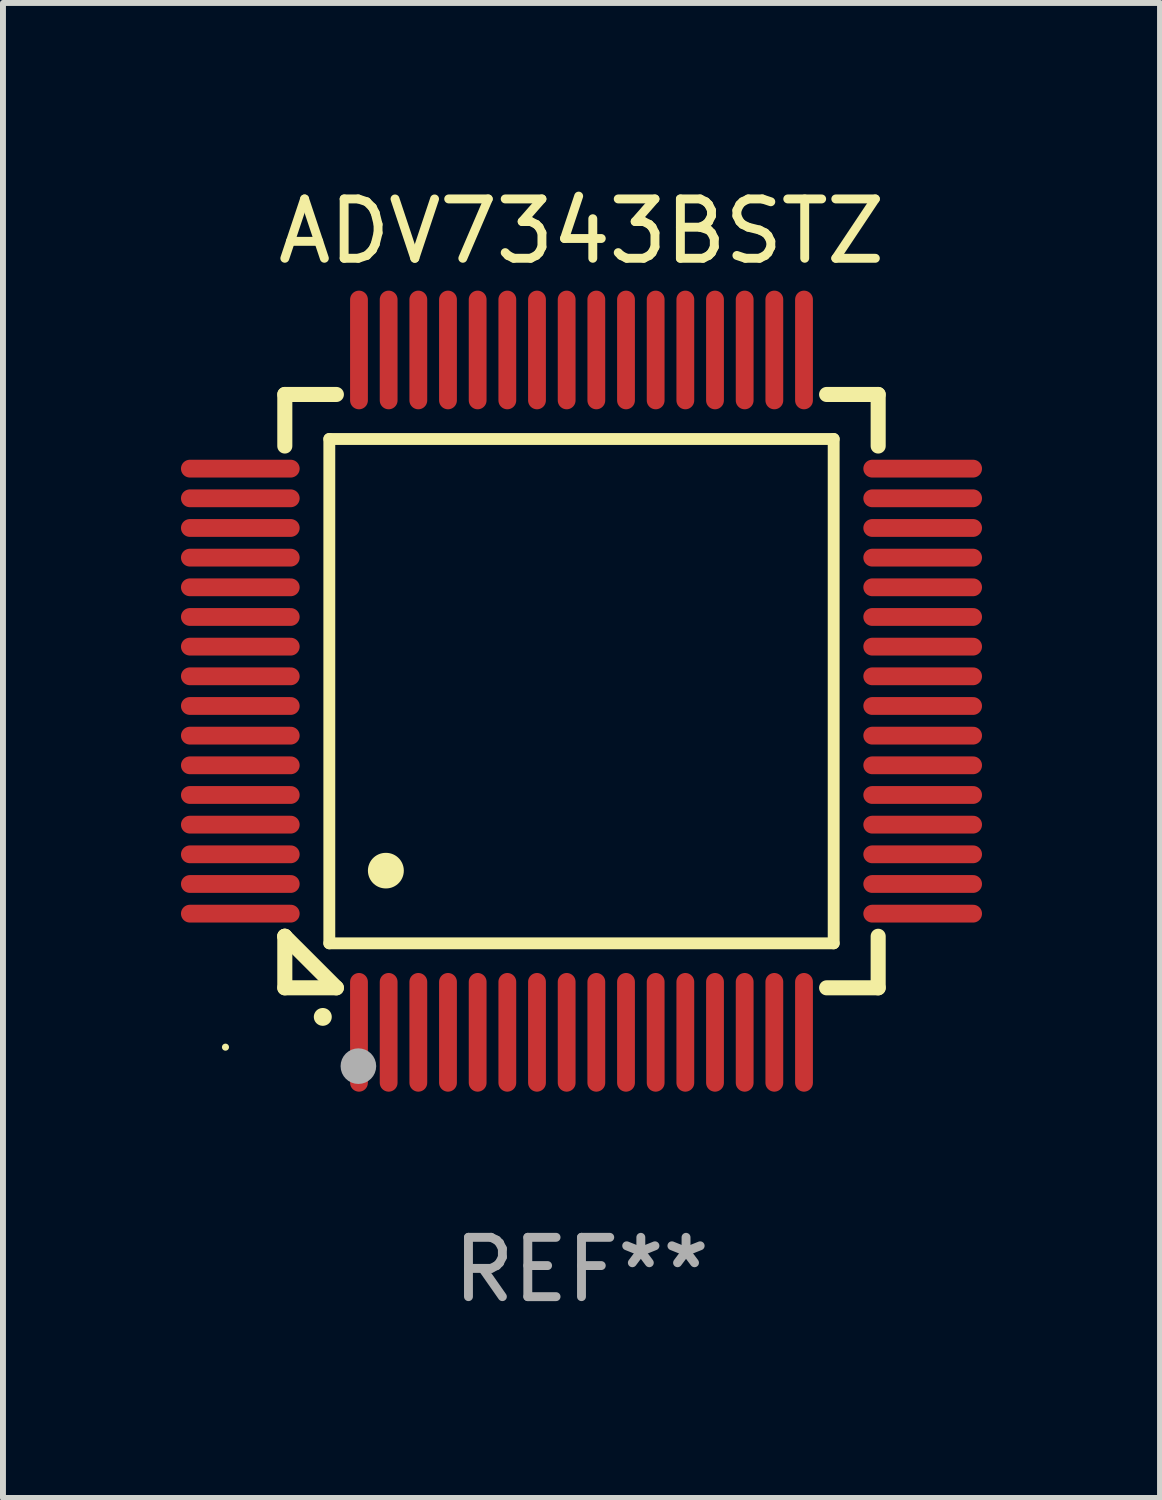
<source format=kicad_pcb>
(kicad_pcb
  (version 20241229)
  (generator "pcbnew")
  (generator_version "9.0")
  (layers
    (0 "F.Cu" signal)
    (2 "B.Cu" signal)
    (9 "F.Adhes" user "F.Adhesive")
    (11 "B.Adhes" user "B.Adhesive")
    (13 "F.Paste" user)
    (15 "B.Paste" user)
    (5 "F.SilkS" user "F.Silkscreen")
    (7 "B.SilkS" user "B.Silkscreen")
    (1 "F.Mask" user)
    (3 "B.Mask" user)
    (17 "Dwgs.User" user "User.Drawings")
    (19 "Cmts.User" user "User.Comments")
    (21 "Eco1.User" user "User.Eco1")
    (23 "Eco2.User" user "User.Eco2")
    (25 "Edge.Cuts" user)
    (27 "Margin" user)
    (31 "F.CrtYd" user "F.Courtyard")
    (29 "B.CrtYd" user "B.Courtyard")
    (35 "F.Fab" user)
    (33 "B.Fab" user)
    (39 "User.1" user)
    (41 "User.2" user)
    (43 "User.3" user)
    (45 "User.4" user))
  (footprint "ADV7343BSTZ"
    (layer "F.Cu")
    (at 6.75 8.598)
    (property "Reference" "ADV7343BSTZ" (at 0 -7.75 0) (layer "F.SilkS") (effects (font (size 1 1) (thickness 0.15))))
    (attr through_hole)
    (fp_line (start -5 -5) (end -4.131 -5) (stroke (width 0.254) (type solid)) (layer "F.SilkS"))
    (fp_line (start -5 -4.131) (end -5 -5) (stroke (width 0.254) (type solid)) (layer "F.SilkS"))
    (fp_line (start -5 4.131) (end -5 4.131) (stroke (width 0.254) (type solid)) (layer "F.SilkS"))
    (fp_line (start -5 5) (end -5 4.131) (stroke (width 0.254) (type solid)) (layer "F.SilkS"))
    (fp_line (start -5 4.131) (end -4.131 5) (stroke (width 0.254) (type solid)) (layer "F.SilkS"))
    (fp_line (start -4.25 -4.25) (end -4.25 4.25) (stroke (width 0.2) (type solid)) (layer "F.SilkS"))
    (fp_line (start -4.25 4.25) (end 4.25 4.25) (stroke (width 0.2) (type solid)) (layer "F.SilkS"))
    (fp_line (start -4.131 5) (end -5 5) (stroke (width 0.254) (type solid)) (layer "F.SilkS"))
    (fp_line (start 4.25 -4.25) (end -4.25 -4.25) (stroke (width 0.2) (type solid)) (layer "F.SilkS"))
    (fp_line (start 4.25 4.25) (end 4.25 -4.25) (stroke (width 0.2) (type solid)) (layer "F.SilkS"))
    (fp_line (start 5 -5) (end 4.131 -5) (stroke (width 0.254) (type solid)) (layer "F.SilkS"))
    (fp_line (start 5 -5) (end 5 -4.131) (stroke (width 0.254) (type solid)) (layer "F.SilkS"))
    (fp_line (start 5 4.131) (end 5 5) (stroke (width 0.254) (type solid)) (layer "F.SilkS"))
    (fp_line (start 5 5) (end 4.131 5) (stroke (width 0.254) (type solid)) (layer "F.SilkS"))
    (fp_arc (start -4.361265 5.489992) (mid -4.359995 5.489987) (end -4.358725 5.489992) (stroke (width 0.3) (type solid)) (layer "F.SilkS"))
    (fp_arc (start -3.299467 3.025146) (mid -3.296927 3.025135) (end -3.294387 3.025146) (stroke (width 0.6) (type solid)) (layer "F.SilkS"))
    (fp_circle (center -6 6) (end -5.97 6) (stroke (width 0.06) (type solid)) (fill no) (layer "F.SilkS"))
    (fp_circle (center -3.76 6.32) (end -3.61 6.32) (stroke (width 0.3) (type solid)) (fill no) (layer "F.Fab"))
    (fp_text user "REF**" (at 0 9.75 0) (layer "F.Fab") (effects (font (size 1 1) (thickness 0.15))))
    (pad "1" smd oval (at -3.75 5.75) (size 0.3 2) (layers "F.Cu" "F.Mask" "F.Paste"))
    (pad "2" smd oval (at -3.25 5.75) (size 0.3 2) (layers "F.Cu" "F.Mask" "F.Paste"))
    (pad "3" smd oval (at -2.75 5.75) (size 0.3 2) (layers "F.Cu" "F.Mask" "F.Paste"))
    (pad "4" smd oval (at -2.25 5.75) (size 0.3 2) (layers "F.Cu" "F.Mask" "F.Paste"))
    (pad "5" smd oval (at -1.75 5.75) (size 0.3 2) (layers "F.Cu" "F.Mask" "F.Paste"))
    (pad "6" smd oval (at -1.25 5.75) (size 0.3 2) (layers "F.Cu" "F.Mask" "F.Paste"))
    (pad "7" smd oval (at -0.75 5.75) (size 0.3 2) (layers "F.Cu" "F.Mask" "F.Paste"))
    (pad "8" smd oval (at -0.25 5.75) (size 0.3 2) (layers "F.Cu" "F.Mask" "F.Paste"))
    (pad "9" smd oval (at 0.25 5.75) (size 0.3 2) (layers "F.Cu" "F.Mask" "F.Paste"))
    (pad "10" smd oval (at 0.75 5.75) (size 0.3 2) (layers "F.Cu" "F.Mask" "F.Paste"))
    (pad "11" smd oval (at 1.25 5.75) (size 0.3 2) (layers "F.Cu" "F.Mask" "F.Paste"))
    (pad "12" smd oval (at 1.75 5.75) (size 0.3 2) (layers "F.Cu" "F.Mask" "F.Paste"))
    (pad "13" smd oval (at 2.25 5.75) (size 0.3 2) (layers "F.Cu" "F.Mask" "F.Paste"))
    (pad "14" smd oval (at 2.75 5.75) (size 0.3 2) (layers "F.Cu" "F.Mask" "F.Paste"))
    (pad "15" smd oval (at 3.25 5.75) (size 0.3 2) (layers "F.Cu" "F.Mask" "F.Paste"))
    (pad "16" smd oval (at 3.75 5.75) (size 0.3 2) (layers "F.Cu" "F.Mask" "F.Paste"))
    (pad "17" smd oval (at 5.75 3.75) (size 2 0.3) (layers "F.Cu" "F.Mask" "F.Paste"))
    (pad "18" smd oval (at 5.75 3.25) (size 2 0.3) (layers "F.Cu" "F.Mask" "F.Paste"))
    (pad "19" smd oval (at 5.75 2.75) (size 2 0.3) (layers "F.Cu" "F.Mask" "F.Paste"))
    (pad "20" smd oval (at 5.75 2.25) (size 2 0.3) (layers "F.Cu" "F.Mask" "F.Paste"))
    (pad "21" smd oval (at 5.75 1.75) (size 2 0.3) (layers "F.Cu" "F.Mask" "F.Paste"))
    (pad "22" smd oval (at 5.75 1.25) (size 2 0.3) (layers "F.Cu" "F.Mask" "F.Paste"))
    (pad "23" smd oval (at 5.75 0.75) (size 2 0.3) (layers "F.Cu" "F.Mask" "F.Paste"))
    (pad "24" smd oval (at 5.75 0.25) (size 2 0.3) (layers "F.Cu" "F.Mask" "F.Paste"))
    (pad "25" smd oval (at 5.75 -0.25) (size 2 0.3) (layers "F.Cu" "F.Mask" "F.Paste"))
    (pad "26" smd oval (at 5.75 -0.75) (size 2 0.3) (layers "F.Cu" "F.Mask" "F.Paste"))
    (pad "27" smd oval (at 5.75 -1.25) (size 2 0.3) (layers "F.Cu" "F.Mask" "F.Paste"))
    (pad "28" smd oval (at 5.75 -1.75) (size 2 0.3) (layers "F.Cu" "F.Mask" "F.Paste"))
    (pad "29" smd oval (at 5.75 -2.25) (size 2 0.3) (layers "F.Cu" "F.Mask" "F.Paste"))
    (pad "30" smd oval (at 5.75 -2.75) (size 2 0.3) (layers "F.Cu" "F.Mask" "F.Paste"))
    (pad "31" smd oval (at 5.75 -3.25) (size 2 0.3) (layers "F.Cu" "F.Mask" "F.Paste"))
    (pad "32" smd oval (at 5.75 -3.75) (size 2 0.3) (layers "F.Cu" "F.Mask" "F.Paste"))
    (pad "33" smd oval (at 3.75 -5.75) (size 0.3 2) (layers "F.Cu" "F.Mask" "F.Paste"))
    (pad "34" smd oval (at 3.25 -5.75) (size 0.3 2) (layers "F.Cu" "F.Mask" "F.Paste"))
    (pad "35" smd oval (at 2.75 -5.75) (size 0.3 2) (layers "F.Cu" "F.Mask" "F.Paste"))
    (pad "36" smd oval (at 2.25 -5.75) (size 0.3 2) (layers "F.Cu" "F.Mask" "F.Paste"))
    (pad "37" smd oval (at 1.75 -5.75) (size 0.3 2) (layers "F.Cu" "F.Mask" "F.Paste"))
    (pad "38" smd oval (at 1.25 -5.75) (size 0.3 2) (layers "F.Cu" "F.Mask" "F.Paste"))
    (pad "39" smd oval (at 0.75 -5.75) (size 0.3 2) (layers "F.Cu" "F.Mask" "F.Paste"))
    (pad "40" smd oval (at 0.25 -5.75) (size 0.3 2) (layers "F.Cu" "F.Mask" "F.Paste"))
    (pad "41" smd oval (at -0.25 -5.75) (size 0.3 2) (layers "F.Cu" "F.Mask" "F.Paste"))
    (pad "42" smd oval (at -0.75 -5.75) (size 0.3 2) (layers "F.Cu" "F.Mask" "F.Paste"))
    (pad "43" smd oval (at -1.25 -5.75) (size 0.3 2) (layers "F.Cu" "F.Mask" "F.Paste"))
    (pad "44" smd oval (at -1.75 -5.75) (size 0.3 2) (layers "F.Cu" "F.Mask" "F.Paste"))
    (pad "45" smd oval (at -2.25 -5.75) (size 0.3 2) (layers "F.Cu" "F.Mask" "F.Paste"))
    (pad "46" smd oval (at -2.75 -5.75) (size 0.3 2) (layers "F.Cu" "F.Mask" "F.Paste"))
    (pad "47" smd oval (at -3.25 -5.75) (size 0.3 2) (layers "F.Cu" "F.Mask" "F.Paste"))
    (pad "48" smd oval (at -3.75 -5.75) (size 0.3 2) (layers "F.Cu" "F.Mask" "F.Paste"))
    (pad "49" smd oval (at -5.75 -3.75) (size 2 0.3) (layers "F.Cu" "F.Mask" "F.Paste"))
    (pad "50" smd oval (at -5.75 -3.25) (size 2 0.3) (layers "F.Cu" "F.Mask" "F.Paste"))
    (pad "51" smd oval (at -5.75 -2.75) (size 2 0.3) (layers "F.Cu" "F.Mask" "F.Paste"))
    (pad "52" smd oval (at -5.75 -2.25) (size 2 0.3) (layers "F.Cu" "F.Mask" "F.Paste"))
    (pad "53" smd oval (at -5.75 -1.75) (size 2 0.3) (layers "F.Cu" "F.Mask" "F.Paste"))
    (pad "54" smd oval (at -5.75 -1.25) (size 2 0.3) (layers "F.Cu" "F.Mask" "F.Paste"))
    (pad "55" smd oval (at -5.75 -0.75) (size 2 0.3) (layers "F.Cu" "F.Mask" "F.Paste"))
    (pad "56" smd oval (at -5.75 -0.25) (size 2 0.3) (layers "F.Cu" "F.Mask" "F.Paste"))
    (pad "57" smd oval (at -5.75 0.25) (size 2 0.3) (layers "F.Cu" "F.Mask" "F.Paste"))
    (pad "58" smd oval (at -5.75 0.75) (size 2 0.3) (layers "F.Cu" "F.Mask" "F.Paste"))
    (pad "59" smd oval (at -5.75 1.25) (size 2 0.3) (layers "F.Cu" "F.Mask" "F.Paste"))
    (pad "60" smd oval (at -5.75 1.75) (size 2 0.3) (layers "F.Cu" "F.Mask" "F.Paste"))
    (pad "61" smd oval (at -5.75 2.25) (size 2 0.3) (layers "F.Cu" "F.Mask" "F.Paste"))
    (pad "62" smd oval (at -5.75 2.75) (size 2 0.3) (layers "F.Cu" "F.Mask" "F.Paste"))
    (pad "63" smd oval (at -5.75 3.25) (size 2 0.3) (layers "F.Cu" "F.Mask" "F.Paste"))
    (pad "64" smd oval (at -5.75 3.75) (size 2 0.3) (layers "F.Cu" "F.Mask" "F.Paste")))
  (gr_rect
    (start -3 -3)
    (end 16.5 22.196)
    (stroke (width 0.1) (type default))
    (fill no)
    (layer "Edge.Cuts")))
</source>
